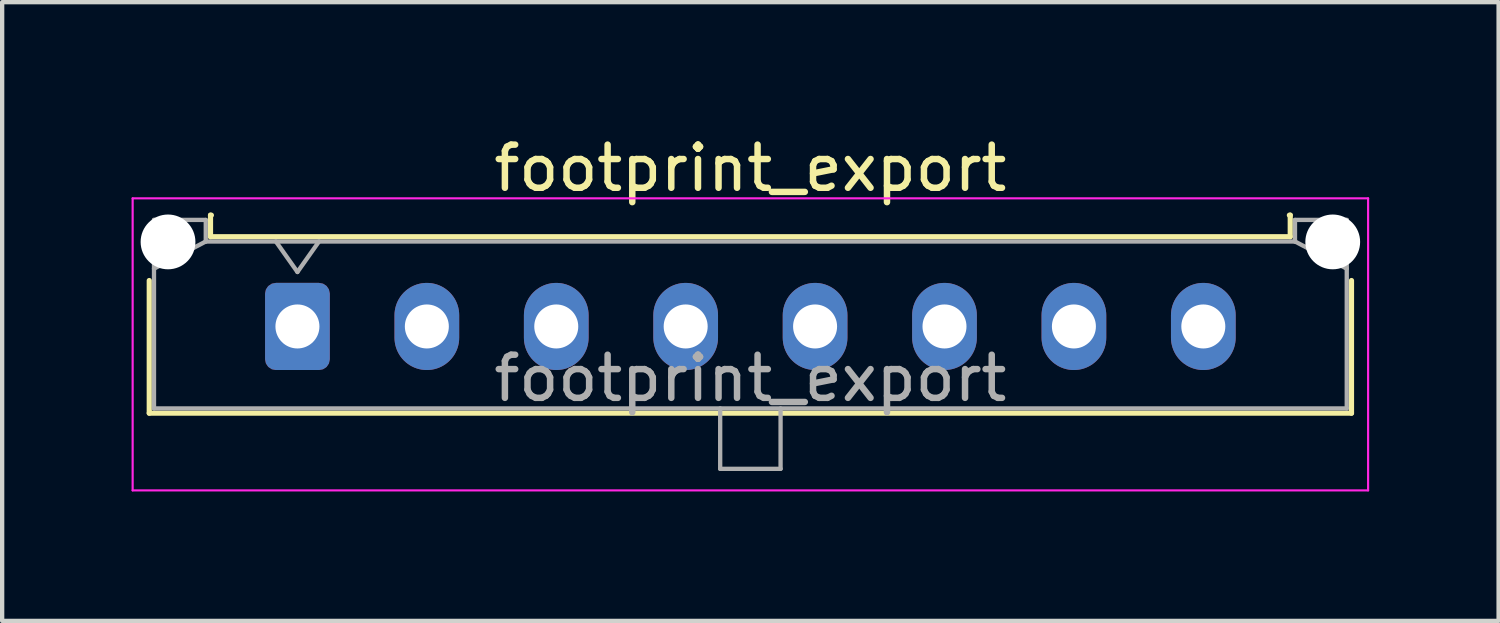
<source format=kicad_pcb>
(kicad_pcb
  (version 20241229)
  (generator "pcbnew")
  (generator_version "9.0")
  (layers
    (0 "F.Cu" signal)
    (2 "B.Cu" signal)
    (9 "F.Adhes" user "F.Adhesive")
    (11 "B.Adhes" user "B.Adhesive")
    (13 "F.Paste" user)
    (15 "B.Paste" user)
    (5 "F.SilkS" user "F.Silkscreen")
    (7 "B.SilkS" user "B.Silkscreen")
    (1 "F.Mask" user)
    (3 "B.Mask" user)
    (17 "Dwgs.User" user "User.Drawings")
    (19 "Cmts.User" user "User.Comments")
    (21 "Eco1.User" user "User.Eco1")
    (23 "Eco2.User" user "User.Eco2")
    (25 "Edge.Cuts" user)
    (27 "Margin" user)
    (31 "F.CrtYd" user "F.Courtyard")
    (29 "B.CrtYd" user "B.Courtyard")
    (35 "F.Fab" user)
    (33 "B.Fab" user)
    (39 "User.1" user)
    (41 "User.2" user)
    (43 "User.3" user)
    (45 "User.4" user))
  (footprint "footprint_export"
    (layer "F.Cu")
    (at 3.845 4.518)
    (property "Reference" "footprint_export" (at 10.5 -3.67 0) (layer "F.SilkS") (effects (font (size 1 1) (thickness 0.15))))
    (attr through_hole)
    (fp_line (start -3.435 -1.065) (end -3.435 2.01) (stroke (width 0.12) (type solid)) (layer "F.SilkS"))
    (fp_line (start -3.435 2.01) (end 24.435 2.01) (stroke (width 0.12) (type solid)) (layer "F.SilkS"))
    (fp_line (start -2.015 -2.58) (end -2.015 -2.08) (stroke (width 0.12) (type solid)) (layer "F.SilkS"))
    (fp_line (start -2.015 -2.08) (end 23.015 -2.08) (stroke (width 0.12) (type solid)) (layer "F.SilkS"))
    (fp_line (start -1.995 -2.58) (end -2.015 -2.58) (stroke (width 0.12) (type solid)) (layer "F.SilkS"))
    (fp_line (start 23.015 -2.58) (end 22.995 -2.58) (stroke (width 0.12) (type solid)) (layer "F.SilkS"))
    (fp_line (start 23.015 -2.08) (end 23.015 -2.58) (stroke (width 0.12) (type solid)) (layer "F.SilkS"))
    (fp_line (start 24.435 2.01) (end 24.435 -1.065) (stroke (width 0.12) (type solid)) (layer "F.SilkS"))
    (fp_line (start -3.82 -2.97) (end 24.82 -2.97) (stroke (width 0.05) (type solid)) (layer "F.CrtYd"))
    (fp_line (start -3.82 3.8) (end -3.82 -2.97) (stroke (width 0.05) (type solid)) (layer "F.CrtYd"))
    (fp_line (start 24.82 -2.97) (end 24.82 3.8) (stroke (width 0.05) (type solid)) (layer "F.CrtYd"))
    (fp_line (start 24.82 3.8) (end -3.82 3.8) (stroke (width 0.05) (type solid)) (layer "F.CrtYd"))
    (fp_line (start -3.325 -2.47) (end -3.325 1.9) (stroke (width 0.1) (type solid)) (layer "F.Fab"))
    (fp_line (start -3.325 -1.34) (end -2.125 -1.97) (stroke (width 0.1) (type solid)) (layer "F.Fab"))
    (fp_line (start -3.325 1.9) (end 24.325 1.9) (stroke (width 0.1) (type solid)) (layer "F.Fab"))
    (fp_line (start -2.125 -2.47) (end -3.325 -2.47) (stroke (width 0.1) (type solid)) (layer "F.Fab"))
    (fp_line (start -2.125 -1.97) (end -2.125 -2.47) (stroke (width 0.1) (type solid)) (layer "F.Fab"))
    (fp_line (start -0.5 -1.97) (end 0 -1.263) (stroke (width 0.1) (type solid)) (layer "F.Fab"))
    (fp_line (start 0 -1.263) (end 0.5 -1.97) (stroke (width 0.1) (type solid)) (layer "F.Fab"))
    (fp_line (start 9.8 1.9) (end 9.8 3.3) (stroke (width 0.1) (type solid)) (layer "F.Fab"))
    (fp_line (start 9.8 3.3) (end 11.2 3.3) (stroke (width 0.1) (type solid)) (layer "F.Fab"))
    (fp_line (start 11.2 3.3) (end 11.2 1.9) (stroke (width 0.1) (type solid)) (layer "F.Fab"))
    (fp_line (start 23.125 -2.47) (end 23.125 -1.97) (stroke (width 0.1) (type solid)) (layer "F.Fab"))
    (fp_line (start 23.125 -1.97) (end -2.125 -1.97) (stroke (width 0.1) (type solid)) (layer "F.Fab"))
    (fp_line (start 24.325 -2.47) (end 23.125 -2.47) (stroke (width 0.1) (type solid)) (layer "F.Fab"))
    (fp_line (start 24.325 -1.34) (end 23.125 -1.97) (stroke (width 0.1) (type solid)) (layer "F.Fab"))
    (fp_line (start 24.325 1.9) (end 24.325 -2.47) (stroke (width 0.1) (type solid)) (layer "F.Fab"))
    (fp_text user "${REFERENCE}" (at 10.5 1.2 0) (layer "F.Fab") (effects (font (size 1 1) (thickness 0.15))))
    (pad "" np_thru_hole circle (at -3 -1.96) (size 1.27 1.27) (drill 1.27) (layers "*.Cu" "*.Mask"))
    (pad "" np_thru_hole circle (at 24 -1.96) (size 1.27 1.27) (drill 1.27) (layers "*.Cu" "*.Mask"))
    (pad "1" thru_hole roundrect (at 0 0) (size 1.5 2.02) (drill 1.02) (layers "*.Cu" "*.Mask") (roundrect_rratio 0.167))
    (pad "2" thru_hole oval (at 3 0) (size 1.5 2.02) (drill 1.02) (layers "*.Cu" "*.Mask"))
    (pad "3" thru_hole oval (at 6 0) (size 1.5 2.02) (drill 1.02) (layers "*.Cu" "*.Mask"))
    (pad "4" thru_hole oval (at 9 0) (size 1.5 2.02) (drill 1.02) (layers "*.Cu" "*.Mask"))
    (pad "5" thru_hole oval (at 12 0) (size 1.5 2.02) (drill 1.02) (layers "*.Cu" "*.Mask"))
    (pad "6" thru_hole oval (at 15 0) (size 1.5 2.02) (drill 1.02) (layers "*.Cu" "*.Mask"))
    (pad "7" thru_hole oval (at 18 0) (size 1.5 2.02) (drill 1.02) (layers "*.Cu" "*.Mask"))
    (pad "8" thru_hole oval (at 21 0) (size 1.5 2.02) (drill 1.02) (layers "*.Cu" "*.Mask")))
  (gr_rect
    (start -3 -3)
    (end 31.69 11.343)
    (stroke (width 0.1) (type default))
    (fill no)
    (layer "Edge.Cuts")))
</source>
